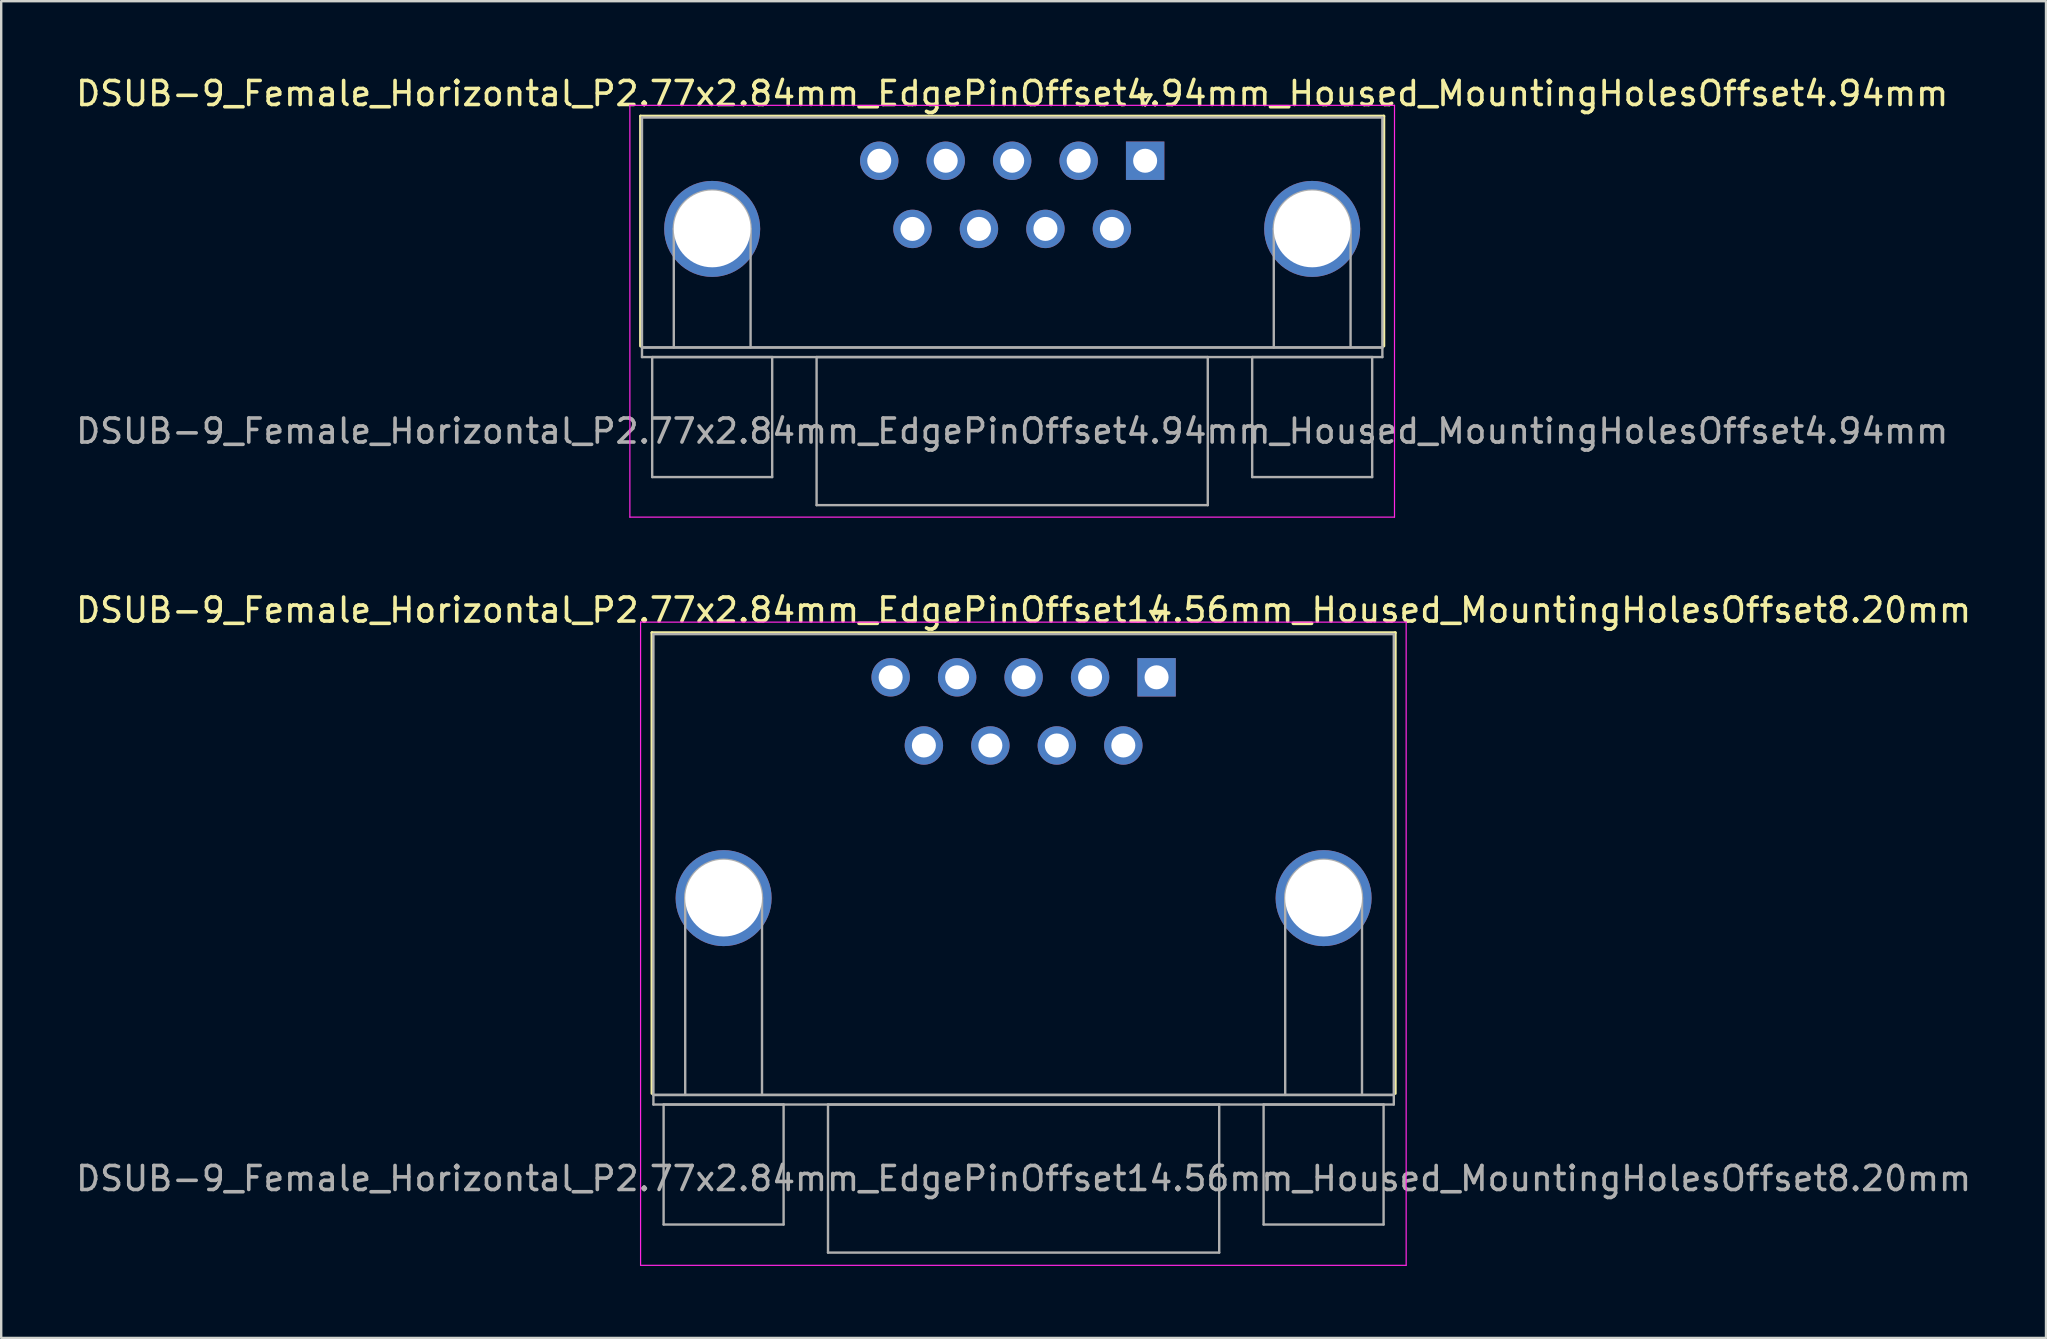
<source format=kicad_pcb>
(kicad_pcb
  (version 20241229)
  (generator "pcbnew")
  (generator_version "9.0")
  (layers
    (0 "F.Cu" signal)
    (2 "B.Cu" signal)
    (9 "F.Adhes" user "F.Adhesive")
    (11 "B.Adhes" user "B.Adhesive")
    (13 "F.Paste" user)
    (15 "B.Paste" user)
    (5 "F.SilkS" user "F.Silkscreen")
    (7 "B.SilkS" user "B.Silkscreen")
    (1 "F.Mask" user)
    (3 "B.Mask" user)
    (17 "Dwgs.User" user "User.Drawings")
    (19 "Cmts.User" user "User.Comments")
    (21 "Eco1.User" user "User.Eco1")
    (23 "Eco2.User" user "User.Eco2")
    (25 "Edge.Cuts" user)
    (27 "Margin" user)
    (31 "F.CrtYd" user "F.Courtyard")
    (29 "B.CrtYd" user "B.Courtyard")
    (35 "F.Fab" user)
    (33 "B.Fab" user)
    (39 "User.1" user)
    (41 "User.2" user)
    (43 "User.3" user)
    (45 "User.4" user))
  (footprint "DSUB-9_Female_Horizontal_P2.77x2.84mm_EdgePinOffset14.56mm_Housed_MountingHolesOffset8.20mm"
    (layer "F.Cu")
    (at 45.141 25.172)
    (property "Reference" "DSUB-9_Female_Horizontal_P2.77x2.84mm_EdgePinOffset14.56mm_Housed_MountingHolesOffset8.20mm" (at -5.54 -2.8 0) (layer "F.SilkS") (effects (font (size 1 1) (thickness 0.15))))
    (attr through_hole)
    (fp_line (start -21.025 -1.86) (end 9.945 -1.86) (stroke (width 0.12) (type solid)) (layer "F.SilkS"))
    (fp_line (start -21.025 17.34) (end -21.025 -1.86) (stroke (width 0.12) (type solid)) (layer "F.SilkS"))
    (fp_line (start -0.25 -2.754) (end 0.25 -2.754) (stroke (width 0.12) (type solid)) (layer "F.SilkS"))
    (fp_line (start 0 -2.321) (end -0.25 -2.754) (stroke (width 0.12) (type solid)) (layer "F.SilkS"))
    (fp_line (start 0.25 -2.754) (end 0 -2.321) (stroke (width 0.12) (type solid)) (layer "F.SilkS"))
    (fp_line (start 9.945 -1.86) (end 9.945 17.34) (stroke (width 0.12) (type solid)) (layer "F.SilkS"))
    (fp_line (start -21.5 -2.3) (end -21.5 24.5) (stroke (width 0.05) (type solid)) (layer "F.CrtYd"))
    (fp_line (start -21.5 24.5) (end 10.4 24.5) (stroke (width 0.05) (type solid)) (layer "F.CrtYd"))
    (fp_line (start 10.4 -2.3) (end -21.5 -2.3) (stroke (width 0.05) (type solid)) (layer "F.CrtYd"))
    (fp_line (start 10.4 24.5) (end 10.4 -2.3) (stroke (width 0.05) (type solid)) (layer "F.CrtYd"))
    (fp_line (start -20.965 -1.8) (end -20.965 17.4) (stroke (width 0.1) (type solid)) (layer "F.Fab"))
    (fp_line (start -20.965 17.4) (end -20.965 17.8) (stroke (width 0.1) (type solid)) (layer "F.Fab"))
    (fp_line (start -20.965 17.4) (end 9.885 17.4) (stroke (width 0.1) (type solid)) (layer "F.Fab"))
    (fp_line (start -20.965 17.8) (end 9.885 17.8) (stroke (width 0.1) (type solid)) (layer "F.Fab"))
    (fp_line (start -20.54 17.8) (end -20.54 22.8) (stroke (width 0.1) (type solid)) (layer "F.Fab"))
    (fp_line (start -20.54 22.8) (end -15.54 22.8) (stroke (width 0.1) (type solid)) (layer "F.Fab"))
    (fp_line (start -19.64 17.4) (end -19.64 9.2) (stroke (width 0.1) (type solid)) (layer "F.Fab"))
    (fp_line (start -16.44 17.4) (end -16.44 9.2) (stroke (width 0.1) (type solid)) (layer "F.Fab"))
    (fp_line (start -15.54 17.8) (end -20.54 17.8) (stroke (width 0.1) (type solid)) (layer "F.Fab"))
    (fp_line (start -15.54 22.8) (end -15.54 17.8) (stroke (width 0.1) (type solid)) (layer "F.Fab"))
    (fp_line (start -13.69 17.8) (end -13.69 23.97) (stroke (width 0.1) (type solid)) (layer "F.Fab"))
    (fp_line (start -13.69 23.97) (end 2.61 23.97) (stroke (width 0.1) (type solid)) (layer "F.Fab"))
    (fp_line (start 2.61 17.8) (end -13.69 17.8) (stroke (width 0.1) (type solid)) (layer "F.Fab"))
    (fp_line (start 2.61 23.97) (end 2.61 17.8) (stroke (width 0.1) (type solid)) (layer "F.Fab"))
    (fp_line (start 4.46 17.8) (end 4.46 22.8) (stroke (width 0.1) (type solid)) (layer "F.Fab"))
    (fp_line (start 4.46 22.8) (end 9.46 22.8) (stroke (width 0.1) (type solid)) (layer "F.Fab"))
    (fp_line (start 5.36 17.4) (end 5.36 9.2) (stroke (width 0.1) (type solid)) (layer "F.Fab"))
    (fp_line (start 8.56 17.4) (end 8.56 9.2) (stroke (width 0.1) (type solid)) (layer "F.Fab"))
    (fp_line (start 9.46 17.8) (end 4.46 17.8) (stroke (width 0.1) (type solid)) (layer "F.Fab"))
    (fp_line (start 9.46 22.8) (end 9.46 17.8) (stroke (width 0.1) (type solid)) (layer "F.Fab"))
    (fp_line (start 9.885 -1.8) (end -20.965 -1.8) (stroke (width 0.1) (type solid)) (layer "F.Fab"))
    (fp_line (start 9.885 17.4) (end -20.965 17.4) (stroke (width 0.1) (type solid)) (layer "F.Fab"))
    (fp_line (start 9.885 17.4) (end 9.885 -1.8) (stroke (width 0.1) (type solid)) (layer "F.Fab"))
    (fp_line (start 9.885 17.8) (end 9.885 17.4) (stroke (width 0.1) (type solid)) (layer "F.Fab"))
    (fp_arc (start -19.64 9.2) (mid -18.04 7.6) (end -16.44 9.2) (stroke (width 0.1) (type solid)) (layer "F.Fab"))
    (fp_arc (start 5.36 9.2) (mid 6.96 7.6) (end 8.56 9.2) (stroke (width 0.1) (type solid)) (layer "F.Fab"))
    (fp_text user "${REFERENCE}" (at -5.54 20.885 0) (layer "F.Fab") (effects (font (size 1 1) (thickness 0.15))))
    (pad "0" thru_hole circle (at -18.04 9.2) (size 4 4) (drill 3.2) (layers "*.Cu" "*.Mask"))
    (pad "0" thru_hole circle (at 6.96 9.2) (size 4 4) (drill 3.2) (layers "*.Cu" "*.Mask"))
    (pad "1" thru_hole rect (at 0 0) (size 1.6 1.6) (drill 1) (layers "*.Cu" "*.Mask"))
    (pad "2" thru_hole circle (at -2.77 0) (size 1.6 1.6) (drill 1) (layers "*.Cu" "*.Mask"))
    (pad "3" thru_hole circle (at -5.54 0) (size 1.6 1.6) (drill 1) (layers "*.Cu" "*.Mask"))
    (pad "4" thru_hole circle (at -8.31 0) (size 1.6 1.6) (drill 1) (layers "*.Cu" "*.Mask"))
    (pad "5" thru_hole circle (at -11.08 0) (size 1.6 1.6) (drill 1) (layers "*.Cu" "*.Mask"))
    (pad "6" thru_hole circle (at -1.385 2.84) (size 1.6 1.6) (drill 1) (layers "*.Cu" "*.Mask"))
    (pad "7" thru_hole circle (at -4.155 2.84) (size 1.6 1.6) (drill 1) (layers "*.Cu" "*.Mask"))
    (pad "8" thru_hole circle (at -6.925 2.84) (size 1.6 1.6) (drill 1) (layers "*.Cu" "*.Mask"))
    (pad "9" thru_hole circle (at -9.695 2.84) (size 1.6 1.6) (drill 1) (layers "*.Cu" "*.Mask")))
  (footprint "DSUB-9_Female_Horizontal_P2.77x2.84mm_EdgePinOffset4.94mm_Housed_MountingHolesOffset4.94mm"
    (layer "F.Cu")
    (at 44.665 3.648)
    (property "Reference" "DSUB-9_Female_Horizontal_P2.77x2.84mm_EdgePinOffset4.94mm_Housed_MountingHolesOffset4.94mm" (at -5.54 -2.8 0) (layer "F.SilkS") (effects (font (size 1 1) (thickness 0.15))))
    (attr through_hole)
    (fp_line (start -21.025 -1.86) (end 9.945 -1.86) (stroke (width 0.12) (type solid)) (layer "F.SilkS"))
    (fp_line (start -21.025 7.72) (end -21.025 -1.86) (stroke (width 0.12) (type solid)) (layer "F.SilkS"))
    (fp_line (start -0.25 -2.754) (end 0.25 -2.754) (stroke (width 0.12) (type solid)) (layer "F.SilkS"))
    (fp_line (start 0 -2.321) (end -0.25 -2.754) (stroke (width 0.12) (type solid)) (layer "F.SilkS"))
    (fp_line (start 0.25 -2.754) (end 0 -2.321) (stroke (width 0.12) (type solid)) (layer "F.SilkS"))
    (fp_line (start 9.945 -1.86) (end 9.945 7.72) (stroke (width 0.12) (type solid)) (layer "F.SilkS"))
    (fp_line (start -21.47 -2.31) (end -21.47 14.85) (stroke (width 0.05) (type solid)) (layer "F.CrtYd"))
    (fp_line (start -21.47 14.85) (end 10.39 14.85) (stroke (width 0.05) (type solid)) (layer "F.CrtYd"))
    (fp_line (start 10.39 -2.31) (end -21.47 -2.31) (stroke (width 0.05) (type solid)) (layer "F.CrtYd"))
    (fp_line (start 10.39 14.85) (end 10.39 -2.31) (stroke (width 0.05) (type solid)) (layer "F.CrtYd"))
    (fp_line (start -20.965 -1.8) (end -20.965 7.78) (stroke (width 0.1) (type solid)) (layer "F.Fab"))
    (fp_line (start -20.965 7.78) (end -20.965 8.18) (stroke (width 0.1) (type solid)) (layer "F.Fab"))
    (fp_line (start -20.965 7.78) (end 9.885 7.78) (stroke (width 0.1) (type solid)) (layer "F.Fab"))
    (fp_line (start -20.965 8.18) (end 9.885 8.18) (stroke (width 0.1) (type solid)) (layer "F.Fab"))
    (fp_line (start -20.54 8.18) (end -20.54 13.18) (stroke (width 0.1) (type solid)) (layer "F.Fab"))
    (fp_line (start -20.54 13.18) (end -15.54 13.18) (stroke (width 0.1) (type solid)) (layer "F.Fab"))
    (fp_line (start -19.64 7.78) (end -19.64 2.84) (stroke (width 0.1) (type solid)) (layer "F.Fab"))
    (fp_line (start -16.44 7.78) (end -16.44 2.84) (stroke (width 0.1) (type solid)) (layer "F.Fab"))
    (fp_line (start -15.54 8.18) (end -20.54 8.18) (stroke (width 0.1) (type solid)) (layer "F.Fab"))
    (fp_line (start -15.54 13.18) (end -15.54 8.18) (stroke (width 0.1) (type solid)) (layer "F.Fab"))
    (fp_line (start -13.69 8.18) (end -13.69 14.35) (stroke (width 0.1) (type solid)) (layer "F.Fab"))
    (fp_line (start -13.69 14.35) (end 2.61 14.35) (stroke (width 0.1) (type solid)) (layer "F.Fab"))
    (fp_line (start 2.61 8.18) (end -13.69 8.18) (stroke (width 0.1) (type solid)) (layer "F.Fab"))
    (fp_line (start 2.61 14.35) (end 2.61 8.18) (stroke (width 0.1) (type solid)) (layer "F.Fab"))
    (fp_line (start 4.46 8.18) (end 4.46 13.18) (stroke (width 0.1) (type solid)) (layer "F.Fab"))
    (fp_line (start 4.46 13.18) (end 9.46 13.18) (stroke (width 0.1) (type solid)) (layer "F.Fab"))
    (fp_line (start 5.36 7.78) (end 5.36 2.84) (stroke (width 0.1) (type solid)) (layer "F.Fab"))
    (fp_line (start 8.56 7.78) (end 8.56 2.84) (stroke (width 0.1) (type solid)) (layer "F.Fab"))
    (fp_line (start 9.46 8.18) (end 4.46 8.18) (stroke (width 0.1) (type solid)) (layer "F.Fab"))
    (fp_line (start 9.46 13.18) (end 9.46 8.18) (stroke (width 0.1) (type solid)) (layer "F.Fab"))
    (fp_line (start 9.885 -1.8) (end -20.965 -1.8) (stroke (width 0.1) (type solid)) (layer "F.Fab"))
    (fp_line (start 9.885 7.78) (end -20.965 7.78) (stroke (width 0.1) (type solid)) (layer "F.Fab"))
    (fp_line (start 9.885 7.78) (end 9.885 -1.8) (stroke (width 0.1) (type solid)) (layer "F.Fab"))
    (fp_line (start 9.885 8.18) (end 9.885 7.78) (stroke (width 0.1) (type solid)) (layer "F.Fab"))
    (fp_arc (start -19.64 2.84) (mid -18.04 1.24) (end -16.44 2.84) (stroke (width 0.1) (type solid)) (layer "F.Fab"))
    (fp_arc (start 5.36 2.84) (mid 6.96 1.24) (end 8.56 2.84) (stroke (width 0.1) (type solid)) (layer "F.Fab"))
    (fp_text user "${REFERENCE}" (at -5.54 11.265 0) (layer "F.Fab") (effects (font (size 1 1) (thickness 0.15))))
    (pad "0" thru_hole circle (at -18.04 2.84) (size 4 4) (drill 3.2) (layers "*.Cu" "*.Mask"))
    (pad "0" thru_hole circle (at 6.96 2.84) (size 4 4) (drill 3.2) (layers "*.Cu" "*.Mask"))
    (pad "1" thru_hole rect (at 0 0) (size 1.6 1.6) (drill 1) (layers "*.Cu" "*.Mask"))
    (pad "2" thru_hole circle (at -2.77 0) (size 1.6 1.6) (drill 1) (layers "*.Cu" "*.Mask"))
    (pad "3" thru_hole circle (at -5.54 0) (size 1.6 1.6) (drill 1) (layers "*.Cu" "*.Mask"))
    (pad "4" thru_hole circle (at -8.31 0) (size 1.6 1.6) (drill 1) (layers "*.Cu" "*.Mask"))
    (pad "5" thru_hole circle (at -11.08 0) (size 1.6 1.6) (drill 1) (layers "*.Cu" "*.Mask"))
    (pad "6" thru_hole circle (at -1.385 2.84) (size 1.6 1.6) (drill 1) (layers "*.Cu" "*.Mask"))
    (pad "7" thru_hole circle (at -4.155 2.84) (size 1.6 1.6) (drill 1) (layers "*.Cu" "*.Mask"))
    (pad "8" thru_hole circle (at -6.925 2.84) (size 1.6 1.6) (drill 1) (layers "*.Cu" "*.Mask"))
    (pad "9" thru_hole circle (at -9.695 2.84) (size 1.6 1.6) (drill 1) (layers "*.Cu" "*.Mask")))
  (gr_rect
    (start -3 -3)
    (end 82.202 52.697)
    (stroke (width 0.1) (type default))
    (fill no)
    (layer "Edge.Cuts")))
</source>
